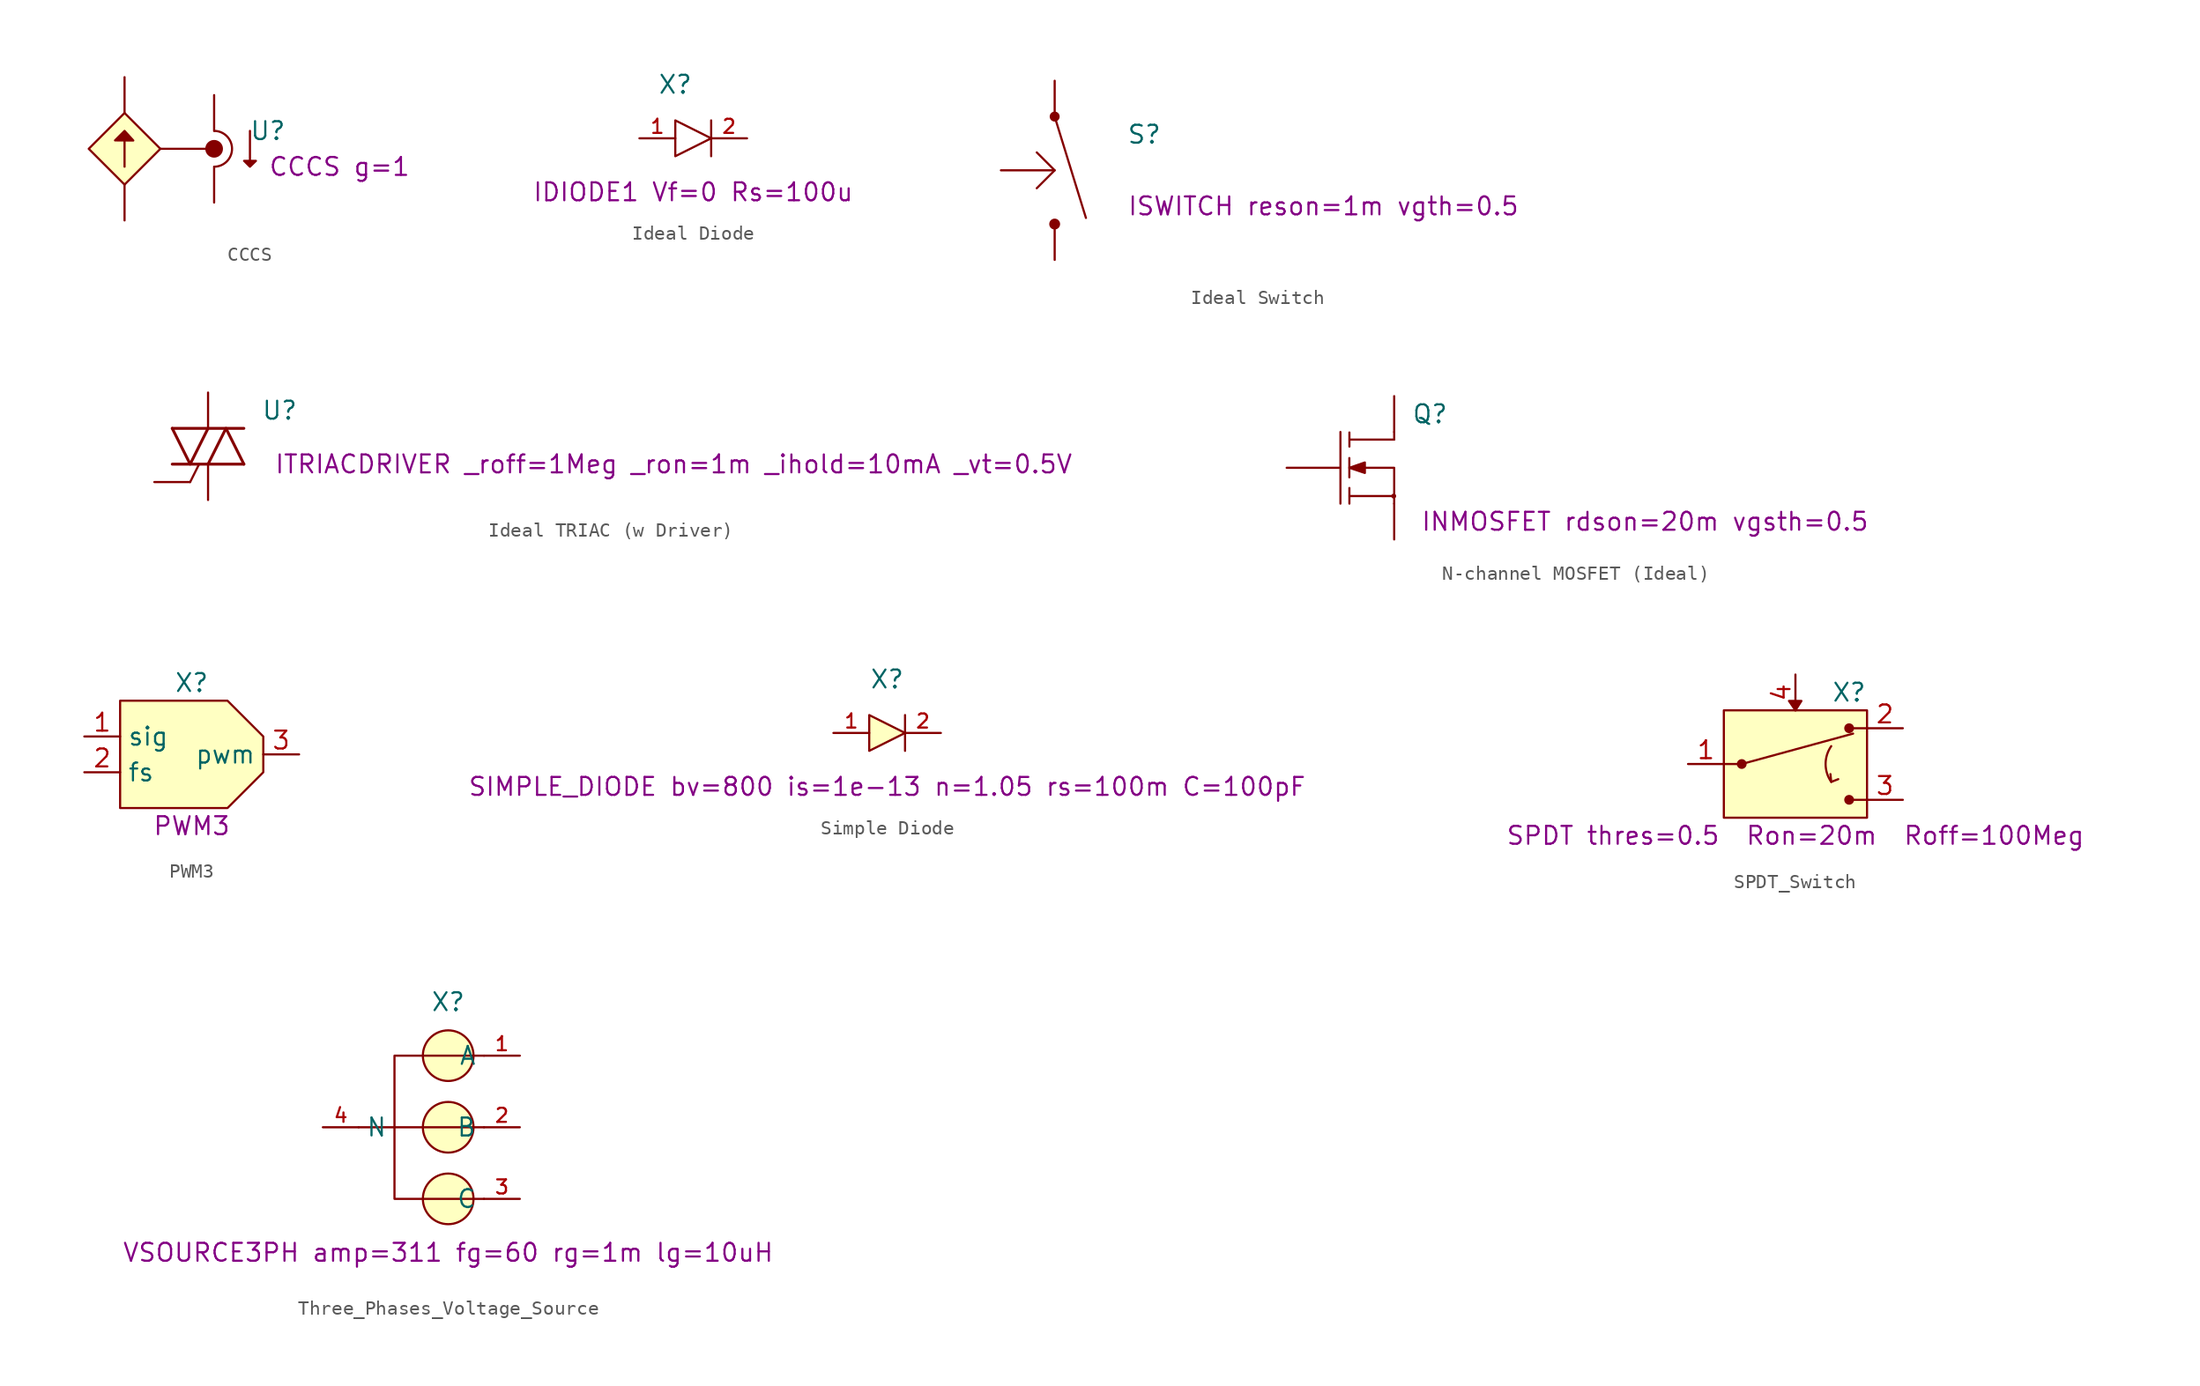
<source format=kicad_sym>
(kicad_symbol_lib
  (version 20211014)
  (generator kicad_symbol_editor)
  (symbol "CCCS"
    (pin_numbers hide)
    (property "Reference" "U"
      (at 10.16 1.27 0)
      (effects (font (size 1.27 1.27))))
    (property "Spice_Model" "CCCS g=1"
      (at 15.24 -1.27 0)
      (effects (font (size 1.27 1.27))))
    (symbol "CCCS_0_1"
      (polyline (pts (xy 2.54 0) (xy 6.35 0)) (stroke (width 0) (type default) (color 0 0 0 0)) (fill (type none)))
      (polyline (pts (xy -2.54 0) (xy 0 2.54) (xy 2.54 0) (xy 0 -2.54) (xy -2.54 0)) (stroke (width 0) (type default) (color 0 0 0 0)) (fill (type background)))
      (polyline (pts (xy 0 -1.27) (xy 0 1.27) (xy -0.676 0.596) (xy 0.62 0.588) (xy 0 1.27)) (stroke (width 0) (type default) (color 0 0 0 0)) (fill (type outline)))
      (polyline (pts (xy 8.89 1.27) (xy 8.89 -1.27) (xy 8.474 -0.854) (xy 9.315 -0.854) (xy 8.89 -1.27)) (stroke (width 0) (type default) (color 0 0 0 0)) (fill (type outline)))
      (circle (center 6.35 0) (radius 0.551) (stroke (width 0) (type default) (color 0 0 0 0)) (fill (type outline)))
      (arc (start 6.3659 -1.27) (mid 7.6201 0) (end 6.3659 1.27) (stroke (width 0) (type default) (color 0 0 0 0)) (fill (type none))))
    (symbol "CCCS_1_1"
      (pin passive line (at 0 -5.08 90) (length 2.54) (name "" (effects (font (size 1.27 1.27)))) (number "1" (effects (font (size 1.27 1.27)))))
      (pin passive line (at 0 5.08 270) (length 2.54) (name "" (effects (font (size 1.27 1.27)))) (number "2" (effects (font (size 1.27 1.27)))))
      (pin passive line (at 6.35 3.81 270) (length 2.54) (name "" (effects (font (size 0.8 0.8)))) (number "3" (effects (font (size 1.27 1.27)))))
      (pin passive line (at 6.35 -3.81 90) (length 2.54) (name "" (effects (font (size 0.8 0.8)))) (number "4" (effects (font (size 1.27 1.27)))))))
  (symbol "Ideal Diode"
    (property "Reference" "X"
      (at -1.27 3.81 0)
      (effects (font (size 1.27 1.27))))
    (property "Spice_Model" "IDIODE1 Vf=0 Rs=100u"
      (at 0 -3.81 0)
      (effects (font (size 1.27 1.27))))
    (symbol "Ideal Diode_0_1"
      (polyline (pts (xy 1.27 1.27) (xy 1.27 -1.27)) (stroke (width 0) (type default) (color 0 0 0 0)) (fill (type none)))
      (polyline (pts (xy 1.27 0) (xy -1.27 1.27) (xy -1.27 -1.27) (xy 1.27 0)) (stroke (width 0) (type default) (color 0 0 0 0)) (fill (type none))))
    (symbol "Ideal Diode_1_1"
      (pin passive line (at -3.81 0 0) (length 2.54) (name "" (effects (font (size 1.27 1.27)))) (number "1" (effects (font (size 1 1)))))
      (pin passive line (at 3.81 0 180) (length 2.54) (name "" (effects (font (size 1.27 1.27)))) (number "2" (effects (font (size 1 1)))))))
  (symbol "Ideal Switch"
    (pin_numbers hide)
    (pin_names hide)
    (property "Reference" "S"
      (at 6.35 2.54 0)
      (effects (font (size 1.27 1.27))))
    (property "Spice_Model" "ISWITCH reson=1m vgth=0.5"
      (at 19.05 -2.54 0)
      (effects (font (size 1.27 1.27))))
    (symbol "Ideal Switch_0_1"
      (circle (center 0 -3.81) (radius 0.309) (stroke (width 0) (type default) (color 0 0 0 0)) (fill (type outline)))
      (polyline (pts (xy 0 3.81) (xy 2.216 -3.376)) (stroke (width 0) (type default) (color 0 0 0 0)) (fill (type none)))
      (polyline (pts (xy -1.27 1.27) (xy 0 0) (xy -1.27 -1.27)) (stroke (width 0) (type default) (color 0 0 0 0)) (fill (type none)))
      (circle (center 0 3.81) (radius 0.277) (stroke (width 0) (type default) (color 0 0 0 0)) (fill (type outline))))
    (symbol "Ideal Switch_1_1"
      (pin passive line (at 0 6.35 270) (length 2.54) (name "D" (effects (font (size 1.27 1.27)))) (number "1" (effects (font (size 1.27 1.27)))))
      (pin input line (at -3.81 0 0) (length 3.81) (name "G" (effects (font (size 1.27 1.27)))) (number "2" (effects (font (size 1.27 1.27)))))
      (pin passive line (at 0 -6.35 90) (length 2.54) (name "S" (effects (font (size 1.27 1.27)))) (number "3" (effects (font (size 1.27 1.27)))))))
  (symbol "Ideal TRIAC (w Driver)"
    (pin_numbers hide)
    (pin_names hide)
    (property "Reference" "U"
      (at 5.08 2.54 0)
      (effects (font (size 1.27 1.27))))
    (property "Spice_Model" "ITRIACDRIVER _roff=1Meg _ron=1m _ihold=10mA _vt=0.5V"
      (at 33.02 -1.27 0)
      (effects (font (size 1.27 1.27))))
    (symbol "Ideal TRIAC (w Driver)_0_1"
      (polyline (pts (xy -2.54 -1.27) (xy 2.54 -1.27)) (stroke (width 0.203) (type default) (color 0 0 0 0)) (fill (type none)))
      (polyline (pts (xy -2.54 1.27) (xy 2.54 1.27)) (stroke (width 0.203) (type default) (color 0 0 0 0)) (fill (type none)))
      (polyline (pts (xy -1.27 -2.54) (xy -0.635 -1.27)) (stroke (width 0) (type default) (color 0 0 0 0)) (fill (type none)))
      (polyline (pts (xy -2.54 1.27) (xy -1.27 -1.27) (xy 0 1.27)) (stroke (width 0.203) (type default) (color 0 0 0 0)) (fill (type none)))
      (polyline (pts (xy 0 -1.27) (xy 1.27 1.27) (xy 2.54 -1.27)) (stroke (width 0.203) (type default) (color 0 0 0 0)) (fill (type none))))
    (symbol "Ideal TRIAC (w Driver)_1_1"
      (pin passive line (at 0 3.81 270) (length 2.54) (name "c1" (effects (font (size 0.635 0.635)))) (number "1" (effects (font (size 1.27 1.27)))))
      (pin input line (at -3.81 -2.54 0) (length 2.54) (name "G" (effects (font (size 0.635 0.635)))) (number "2" (effects (font (size 1.27 1.27)))))
      (pin passive line (at 0 -3.81 90) (length 2.54) (name "c2" (effects (font (size 0.635 0.635)))) (number "3" (effects (font (size 1.27 1.27)))))))
  (symbol "N-channel MOSFET (Ideal)"
    (pin_numbers hide)
    (pin_names hide)
    (property "Reference" "Q"
      (at 2.54 3.81 0)
      (effects (font (size 1.27 1.27))))
    (property "Spice_Model" "INMOSFET rdson=20m vgsth=0.5"
      (at 17.78 -3.81 0)
      (effects (font (size 1.27 1.27))))
    (symbol "N-channel MOSFET (Ideal)_0_1"
      (circle (center -0.031 -2.006) (radius 0.098) (stroke (width 0) (type default) (color 0 0 0 0)) (fill (type outline)))
      (polyline (pts (xy -3.81 -2.54) (xy -3.81 2.54)) (stroke (width 0) (type default) (color 0 0 0 0)) (fill (type none)))
      (polyline (pts (xy -3.179 -0.678) (xy -3.179 0.694)) (stroke (width 0) (type default) (color 0 0 0 0)) (fill (type none)))
      (polyline (pts (xy -3.174 2.506) (xy -3.174 1.504)) (stroke (width 0) (type default) (color 0 0 0 0)) (fill (type none)))
      (polyline (pts (xy -3.119 -2.003) (xy -0.005 -2.004)) (stroke (width 0) (type default) (color 0 0 0 0)) (fill (type none)))
      (polyline (pts (xy 0.004 1.998) (xy -3.117 1.999)) (stroke (width 0) (type default) (color 0 0 0 0)) (fill (type none)))
      (polyline (pts (xy -2.54 0) (xy 0 0) (xy 0 -2.54)) (stroke (width 0) (type default) (color 0 0 0 0)) (fill (type none)))
      (polyline (pts (xy 0 2.54) (xy 0.001 2.004) (xy 0 2.54)) (stroke (width 0) (type default) (color 0 0 0 0)) (fill (type none)))
      (polyline (pts (xy -3.175 0) (xy -2.079 0.377) (xy -2.078 -0.367) (xy -3.175 0)) (stroke (width 0) (type default) (color 0 0 0 0)) (fill (type outline))))
    (symbol "N-channel MOSFET (Ideal)_1_1"
      (polyline (pts (xy -3.175 -2.54) (xy -3.175 -1.429)) (stroke (width 0) (type default) (color 0 0 0 0)) (fill (type none)))
      (pin passive line (at 0 5.08 270) (length 2.54) (name "D" (effects (font (size 1.27 1.27)))) (number "1" (effects (font (size 1.27 1.27)))))
      (pin passive line (at -7.62 0 0) (length 3.81) (name "G" (effects (font (size 1.27 1.27)))) (number "2" (effects (font (size 1.27 1.27)))))
      (pin passive line (at 0 -5.08 90) (length 2.54) (name "S" (effects (font (size 1.27 1.27)))) (number "3" (effects (font (size 1.27 1.27)))))))
  (symbol "PWM3"
    (property "Reference" "X"
      (at 0 5.08 0)
      (effects (font (size 1.27 1.27))))
    (property "Spice_Model" "PWM3"
      (at 0 -5.08 0)
      (effects (font (size 1.27 1.27))))
    (symbol "PWM3_0_1"
      (polyline (pts (xy -5.08 3.81) (xy -5.08 -3.81) (xy 2.54 -3.81) (xy 5.08 -1.27) (xy 5.08 1.27) (xy 2.54 3.81) (xy -5.08 3.81)) (stroke (width 0) (type default) (color 0 0 0 0)) (fill (type background))))
    (symbol "PWM3_1_1"
      (pin input line (at -7.62 1.27 0) (length 2.54) (name "sig" (effects (font (size 1.27 1.27)))) (number "1" (effects (font (size 1.27 1.27)))))
      (pin input line (at -7.62 -1.27 0) (length 2.54) (name "fs" (effects (font (size 1.27 1.27)))) (number "2" (effects (font (size 1.27 1.27)))))
      (pin output line (at 7.62 0 180) (length 2.54) (name "pwm" (effects (font (size 1.27 1.27)))) (number "3" (effects (font (size 1.27 1.27)))))))
  (symbol "Simple Diode"
    (property "Reference" "X"
      (at 0 3.81 0)
      (effects (font (size 1.27 1.27))))
    (property "Spice_Model" "SIMPLE_DIODE bv=800 is=1e-13 n=1.05 rs=100m C=100pF"
      (at 0 -3.81 0)
      (effects (font (size 1.27 1.27))))
    (symbol "Simple Diode_0_1"
      (polyline (pts (xy 1.27 1.27) (xy 1.27 -1.27)) (stroke (width 0) (type default) (color 0 0 0 0)) (fill (type none)))
      (polyline (pts (xy 1.27 0) (xy -1.27 1.27) (xy -1.27 -1.27) (xy 1.27 0)) (stroke (width 0) (type default) (color 0 0 0 0)) (fill (type background))))
    (symbol "Simple Diode_1_1"
      (pin passive line (at -3.81 0 0) (length 2.54) (name "" (effects (font (size 1.27 1.27)))) (number "1" (effects (font (size 1 1)))))
      (pin passive line (at 3.81 0 180) (length 2.54) (name "" (effects (font (size 1.27 1.27)))) (number "2" (effects (font (size 1 1)))))))
  (symbol "SPDT_Switch"
    (property "Reference" "X"
      (at 3.81 5.08 0)
      (effects (font (size 1.27 1.27))))
    (property "Spice_Model" "SPDT thres=0.5  Ron=20m  Roff=100Meg"
      (at 0 -5.08 0)
      (effects (font (size 1.27 1.27))))
    (symbol "SPDT_Switch_0_1"
      (rectangle (start -5.08 3.81) (end 5.08 -3.81) (stroke (width 0) (type default) (color 0 0 0 0)) (fill (type background)))
      (circle (center -3.81 0) (radius 0.271) (stroke (width 0) (type default) (color 0 0 0 0)) (fill (type outline)))
      (polyline (pts (xy -5.08 0) (xy -3.81 0)) (stroke (width 0) (type default) (color 0 0 0 0)) (fill (type none)))
      (polyline (pts (xy -3.81 0) (xy 4.092 2.159)) (stroke (width 0) (type default) (color 0 0 0 0)) (fill (type none)))
      (polyline (pts (xy 5.08 -2.54) (xy 3.81 -2.54)) (stroke (width 0) (type default) (color 0 0 0 0)) (fill (type none)))
      (polyline (pts (xy 5.08 2.54) (xy 3.81 2.54)) (stroke (width 0) (type default) (color 0 0 0 0)) (fill (type none)))
      (polyline (pts (xy 2.483 -0.714) (xy 2.54 -1.27) (xy 3.04 -1.074)) (stroke (width 0) (type default) (color 0 0 0 0)) (fill (type none)))
      (polyline (pts (xy -0.459 4.479) (xy 0 3.81) (xy 0.425 4.479) (xy -0.448 4.479)) (stroke (width 0) (type default) (color 0 0 0 0)) (fill (type outline)))
      (arc (start 2.54 1.27) (mid -1.4964 0) (end 2.54 -1.27) (stroke (width 0) (type default) (color 0 0 0 0)) (fill (type none)))
      (circle (center 3.81 -2.54) (radius 0.271) (stroke (width 0) (type default) (color 0 0 0 0)) (fill (type outline)))
      (circle (center 3.81 2.54) (radius 0.271) (stroke (width 0) (type default) (color 0 0 0 0)) (fill (type outline))))
    (symbol "SPDT_Switch_1_1"
      (pin passive line (at -7.62 0 0) (length 2.54) (name "" (effects (font (size 1.27 1.27)))) (number "1" (effects (font (size 1.27 1.27)))))
      (pin passive line (at 7.62 2.54 180) (length 2.54) (name "" (effects (font (size 1.27 1.27)))) (number "2" (effects (font (size 1.27 1.27)))))
      (pin passive line (at 7.62 -2.54 180) (length 2.54) (name "" (effects (font (size 1.27 1.27)))) (number "3" (effects (font (size 1.27 1.27)))))
      (pin input line (at 0 6.35 270) (length 2.54) (name "" (effects (font (size 1.27 1.27)))) (number "4" (effects (font (size 1.27 1.27)))))))
  (symbol "Three_Phases_Voltage_Source"
    (property "Reference" "X"
      (at 0 8.89 0)
      (effects (font (size 1.27 1.27))))
    (property "Spice_Model" "VSOURCE3PH amp=311 fg=60 rg=1m lg=10uH"
      (at 0 -8.89 0)
      (effects (font (size 1.27 1.27))))
    (symbol "Three_Phases_Voltage_Source_0_1"
      (circle (center 0 -5.08) (radius 1.796) (stroke (width 0) (type default) (color 0 0 0 0)) (fill (type background)))
      (polyline (pts (xy 2.54 0) (xy -6.35 0)) (stroke (width 0) (type default) (color 0 0 0 0)) (fill (type none)))
      (polyline (pts (xy 2.54 -5.08) (xy -3.81 -5.08) (xy -3.81 5.08) (xy 2.54 5.08)) (stroke (width 0) (type default) (color 0 0 0 0)) (fill (type none)))
      (circle (center 0 0) (radius 1.796) (stroke (width 0) (type default) (color 0 0 0 0)) (fill (type background)))
      (circle (center 0 5.08) (radius 1.796) (stroke (width 0) (type default) (color 0 0 0 0)) (fill (type background))))
    (symbol "Three_Phases_Voltage_Source_1_1"
      (pin passive line (at 5.08 5.08 180) (length 2.54) (name "A" (effects (font (size 1.27 1.27)))) (number "1" (effects (font (size 1 1)))))
      (pin passive line (at 5.08 0 180) (length 2.54) (name "B" (effects (font (size 1.27 1.27)))) (number "2" (effects (font (size 1 1)))))
      (pin passive line (at 5.08 -5.08 180) (length 2.54) (name "C" (effects (font (size 1.27 1.27)))) (number "3" (effects (font (size 1 1)))))
      (pin passive line (at -8.89 0 0) (length 2.54) (name "N" (effects (font (size 1.27 1.27)))) (number "4" (effects (font (size 1 1))))))))
</source>
